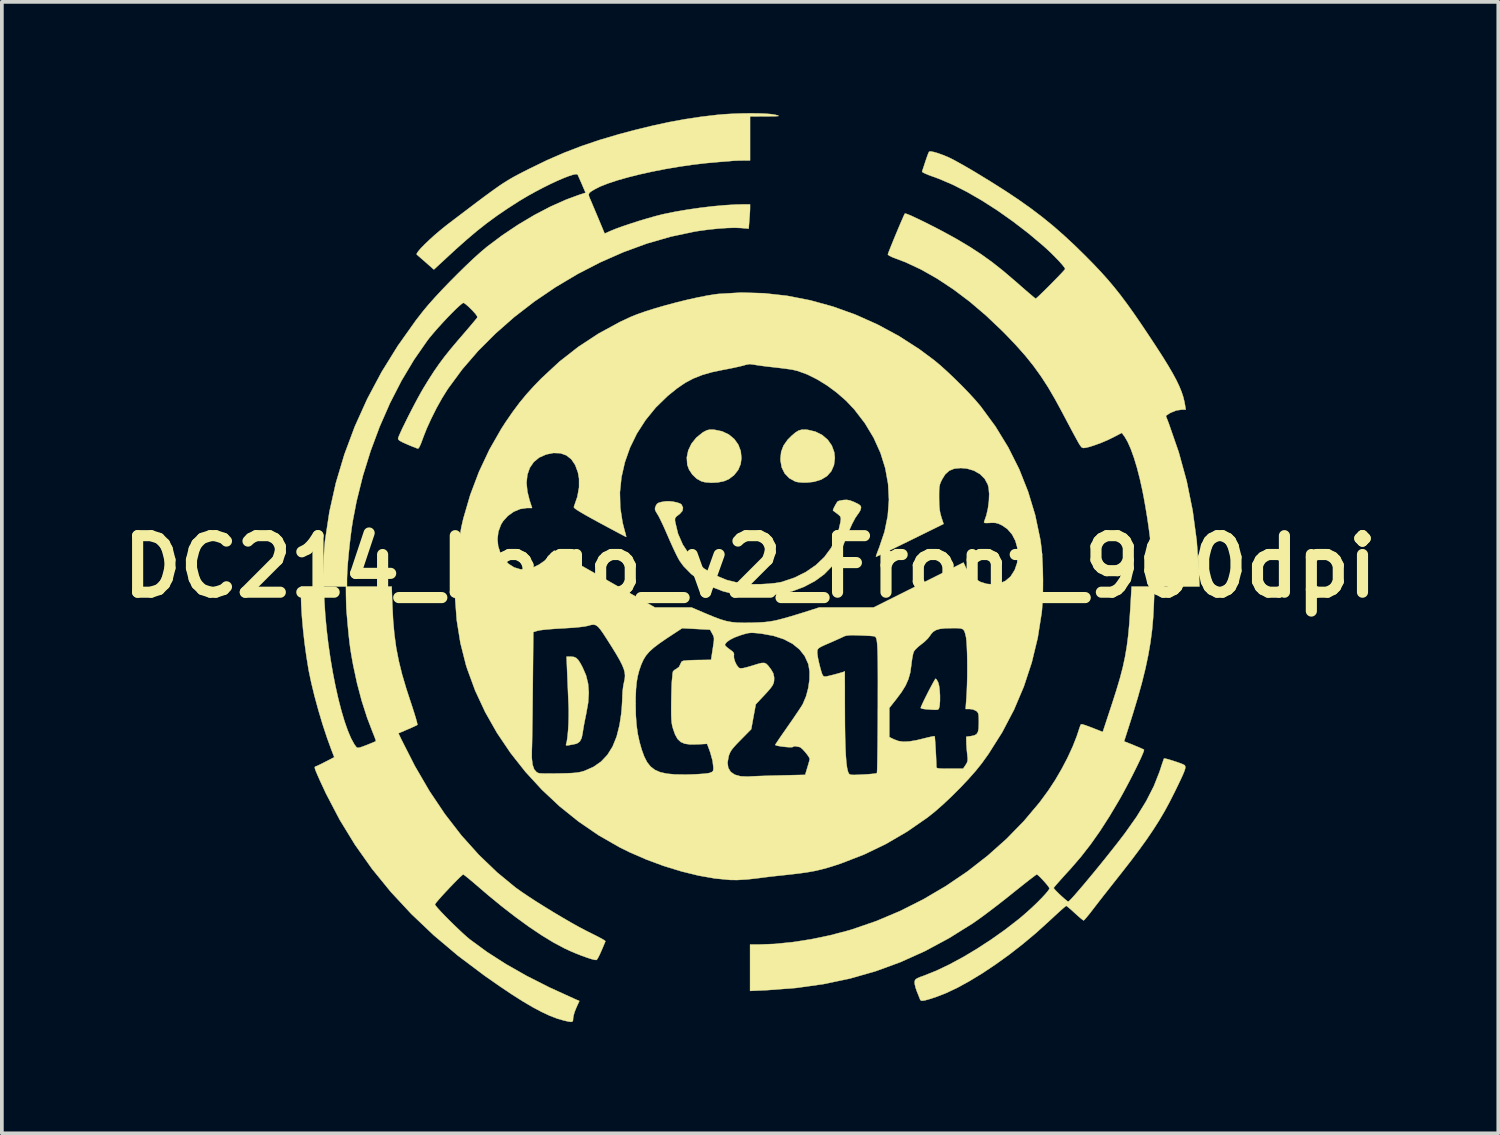
<source format=kicad_pcb>
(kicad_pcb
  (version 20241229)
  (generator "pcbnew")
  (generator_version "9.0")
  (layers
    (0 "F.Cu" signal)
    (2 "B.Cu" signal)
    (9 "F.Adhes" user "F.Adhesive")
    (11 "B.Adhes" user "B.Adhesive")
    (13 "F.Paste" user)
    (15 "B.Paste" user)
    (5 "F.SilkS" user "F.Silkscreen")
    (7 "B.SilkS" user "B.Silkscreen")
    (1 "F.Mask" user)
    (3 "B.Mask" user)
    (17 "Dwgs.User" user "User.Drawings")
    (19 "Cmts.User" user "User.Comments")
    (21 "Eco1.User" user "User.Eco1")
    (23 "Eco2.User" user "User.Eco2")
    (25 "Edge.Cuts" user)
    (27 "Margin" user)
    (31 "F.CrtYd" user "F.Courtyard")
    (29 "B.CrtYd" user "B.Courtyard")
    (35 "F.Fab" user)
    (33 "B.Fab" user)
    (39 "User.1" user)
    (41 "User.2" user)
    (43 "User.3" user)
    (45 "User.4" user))
  (footprint "DC214_Logo_v2_Front_900dpi"
    (layer "F.Cu")
    (at 17.17 12.225)
    (property "Reference" "DC214_Logo_v2_Front_900dpi" (at 0 0 0) (layer "F.SilkS") (effects (font (size 1.524 1.524) (thickness 0.3))))
    (attr through_hole)
    (fp_poly (pts (xy -0.998 -3.693) (xy -0.962 -3.69) (xy -0.753 -3.647) (xy -0.572 -3.561) (xy -0.426 -3.44) (xy -0.317 -3.288) (xy -0.251 -3.114) (xy -0.233 -2.922) (xy -0.254 -2.764) (xy -0.319 -2.608) (xy -0.428 -2.47) (xy -0.568 -2.362) (xy -0.704 -2.303) (xy -0.869 -2.27) (xy -1.046 -2.261) (xy -1.213 -2.275) (xy -1.312 -2.3) (xy -1.44 -2.371) (xy -1.556 -2.482) (xy -1.645 -2.617) (xy -1.693 -2.748) (xy -1.705 -2.941) (xy -1.666 -3.133) (xy -1.579 -3.315) (xy -1.449 -3.477) (xy -1.281 -3.613) (xy -1.249 -3.632) (xy -1.166 -3.675) (xy -1.092 -3.693) (xy -0.998 -3.693)) (stroke (width 0.01) (type solid)) (fill yes) (layer "F.SilkS"))
    (fp_poly (pts (xy 1.555 -3.688) (xy 1.763 -3.639) (xy 1.944 -3.548) (xy 2.093 -3.421) (xy 2.203 -3.264) (xy 2.269 -3.084) (xy 2.286 -2.929) (xy 2.262 -2.737) (xy 2.191 -2.574) (xy 2.076 -2.443) (xy 1.92 -2.347) (xy 1.725 -2.287) (xy 1.541 -2.267) (xy 1.405 -2.267) (xy 1.29 -2.278) (xy 1.22 -2.294) (xy 1.057 -2.384) (xy 0.934 -2.511) (xy 0.854 -2.673) (xy 0.82 -2.864) (xy 0.819 -2.909) (xy 0.839 -3.096) (xy 0.902 -3.263) (xy 1.012 -3.419) (xy 1.113 -3.521) (xy 1.22 -3.613) (xy 1.308 -3.668) (xy 1.395 -3.692) (xy 1.497 -3.694) (xy 1.555 -3.688)) (stroke (width 0.01) (type solid)) (fill yes) (layer "F.SilkS"))
    (fp_poly (pts (xy 5.028 3.043) (xy 5.061 3.102) (xy 5.072 3.126) (xy 5.095 3.211) (xy 5.111 3.334) (xy 5.12 3.474) (xy 5.12 3.613) (xy 5.112 3.732) (xy 5.101 3.789) (xy 5.091 3.823) (xy 5.077 3.845) (xy 5.05 3.857) (xy 4.998 3.86) (xy 4.913 3.857) (xy 4.784 3.848) (xy 4.748 3.846) (xy 4.666 3.835) (xy 4.612 3.82) (xy 4.6 3.809) (xy 4.612 3.772) (xy 4.645 3.697) (xy 4.693 3.597) (xy 4.751 3.48) (xy 4.813 3.357) (xy 4.875 3.24) (xy 4.93 3.138) (xy 4.973 3.062) (xy 4.999 3.023) (xy 5.003 3.02) (xy 5.028 3.043)) (stroke (width 0.01) (type solid)) (fill yes) (layer "F.SilkS"))
    (fp_poly (pts (xy -4.752 2.434) (xy -4.691 2.46) (xy -4.635 2.513) (xy -4.576 2.603) (xy -4.515 2.716) (xy -4.421 2.933) (xy -4.366 3.158) (xy -4.348 3.4) (xy -4.365 3.669) (xy -4.419 3.972) (xy -4.45 4.123) (xy -4.479 4.273) (xy -4.501 4.403) (xy -4.512 4.479) (xy -4.54 4.619) (xy -4.589 4.713) (xy -4.664 4.767) (xy -4.716 4.782) (xy -4.807 4.8) (xy -4.887 4.815) (xy -4.946 4.822) (xy -4.964 4.808) (xy -4.959 4.79) (xy -4.938 4.705) (xy -4.92 4.576) (xy -4.905 4.414) (xy -4.894 4.231) (xy -4.889 4.038) (xy -4.889 3.847) (xy -4.892 3.739) (xy -4.901 3.545) (xy -4.91 3.321) (xy -4.92 3.093) (xy -4.928 2.889) (xy -4.929 2.872) (xy -4.947 2.427) (xy -4.828 2.427) (xy -4.752 2.434)) (stroke (width 0.01) (type solid)) (fill yes) (layer "F.SilkS"))
    (fp_poly (pts (xy 2.691 -1.785) (xy 2.797 -1.745) (xy 2.818 -1.735) (xy 2.914 -1.689) (xy 2.967 -1.652) (xy 2.989 -1.615) (xy 2.992 -1.588) (xy 2.974 -1.521) (xy 2.93 -1.445) (xy 2.919 -1.432) (xy 2.836 -1.313) (xy 2.746 -1.141) (xy 2.646 -0.916) (xy 2.567 -0.715) (xy 2.51 -0.572) (xy 2.449 -0.428) (xy 2.393 -0.305) (xy 2.361 -0.241) (xy 2.205 -0.006) (xy 2 0.205) (xy 1.75 0.388) (xy 1.458 0.543) (xy 1.128 0.667) (xy 0.974 0.71) (xy 0.824 0.738) (xy 0.633 0.76) (xy 0.418 0.775) (xy 0.195 0.782) (xy -0.023 0.781) (xy -0.217 0.771) (xy -0.374 0.752) (xy -0.386 0.75) (xy -0.731 0.663) (xy -1.05 0.54) (xy -1.338 0.384) (xy -1.588 0.198) (xy -1.794 -0.013) (xy -1.893 -0.148) (xy -1.939 -0.228) (xy -2 -0.348) (xy -2.07 -0.496) (xy -2.144 -0.659) (xy -2.2 -0.787) (xy -2.271 -0.95) (xy -2.34 -1.105) (xy -2.404 -1.239) (xy -2.455 -1.342) (xy -2.485 -1.395) (xy -2.537 -1.48) (xy -2.561 -1.535) (xy -2.562 -1.581) (xy -2.542 -1.634) (xy -2.536 -1.649) (xy -2.508 -1.692) (xy -2.464 -1.721) (xy -2.388 -1.742) (xy -2.278 -1.76) (xy -2.188 -1.763) (xy -2.08 -1.752) (xy -1.976 -1.731) (xy -1.891 -1.703) (xy -1.848 -1.675) (xy -1.808 -1.587) (xy -1.823 -1.503) (xy -1.895 -1.421) (xy -1.922 -1.401) (xy -1.989 -1.349) (xy -2.02 -1.308) (xy -2.025 -1.255) (xy -2.018 -1.203) (xy -1.942 -0.887) (xy -1.814 -0.594) (xy -1.636 -0.325) (xy -1.496 -0.167) (xy -1.242 0.051) (xy -0.952 0.227) (xy -0.63 0.36) (xy -0.282 0.446) (xy -0.247 0.452) (xy -0.095 0.468) (xy 0.091 0.475) (xy 0.293 0.473) (xy 0.494 0.462) (xy 0.678 0.444) (xy 0.827 0.419) (xy 0.861 0.411) (xy 1.201 0.296) (xy 1.507 0.143) (xy 1.777 -0.043) (xy 2.005 -0.261) (xy 2.186 -0.506) (xy 2.263 -0.656) (xy 2.337 -0.837) (xy 2.397 -1.025) (xy 2.436 -1.195) (xy 2.439 -1.216) (xy 2.447 -1.278) (xy 2.444 -1.323) (xy 2.424 -1.362) (xy 2.377 -1.406) (xy 2.298 -1.466) (xy 2.235 -1.512) (xy 2.24 -1.539) (xy 2.265 -1.595) (xy 2.301 -1.663) (xy 2.337 -1.724) (xy 2.365 -1.76) (xy 2.368 -1.762) (xy 2.41 -1.776) (xy 2.485 -1.79) (xy 2.52 -1.796) (xy 2.606 -1.8) (xy 2.691 -1.785)) (stroke (width 0.01) (type solid)) (fill yes) (layer "F.SilkS"))
    (fp_poly (pts (xy 4.949 -11.178) (xy 5.061 -11.146) (xy 5.194 -11.098) (xy 5.338 -11.039) (xy 5.37 -11.024) (xy 5.458 -10.981) (xy 5.583 -10.913) (xy 5.734 -10.829) (xy 5.898 -10.735) (xy 6.066 -10.636) (xy 6.082 -10.626) (xy 6.514 -10.362) (xy 6.903 -10.115) (xy 7.256 -9.879) (xy 7.579 -9.649) (xy 7.882 -9.419) (xy 8.172 -9.183) (xy 8.456 -8.934) (xy 8.743 -8.668) (xy 9.033 -8.384) (xy 9.254 -8.16) (xy 9.452 -7.95) (xy 9.636 -7.746) (xy 9.811 -7.539) (xy 9.983 -7.323) (xy 10.159 -7.088) (xy 10.345 -6.828) (xy 10.547 -6.534) (xy 10.746 -6.237) (xy 10.952 -5.924) (xy 11.128 -5.651) (xy 11.275 -5.413) (xy 11.396 -5.205) (xy 11.494 -5.023) (xy 11.572 -4.86) (xy 11.632 -4.712) (xy 11.678 -4.574) (xy 11.71 -4.44) (xy 11.726 -4.353) (xy 11.745 -4.233) (xy 11.648 -4.233) (xy 11.492 -4.211) (xy 11.339 -4.149) (xy 11.284 -4.116) (xy 11.209 -4.064) (xy 11.288 -3.859) (xy 11.556 -3.086) (xy 11.771 -2.303) (xy 11.932 -1.507) (xy 12.041 -0.694) (xy 12.096 0.078) (xy 12.116 0.536) (xy 10.903 0.536) (xy 10.885 1.023) (xy 10.867 1.37) (xy 10.837 1.707) (xy 10.793 2.043) (xy 10.734 2.386) (xy 10.659 2.743) (xy 10.565 3.123) (xy 10.451 3.533) (xy 10.315 3.983) (xy 10.234 4.239) (xy 10.083 4.71) (xy 10.34 4.813) (xy 10.452 4.859) (xy 10.545 4.899) (xy 10.605 4.927) (xy 10.62 4.936) (xy 10.615 4.968) (xy 10.587 5.042) (xy 10.539 5.152) (xy 10.474 5.29) (xy 10.396 5.45) (xy 10.309 5.624) (xy 10.215 5.805) (xy 10.119 5.986) (xy 10.024 6.161) (xy 9.949 6.294) (xy 9.687 6.734) (xy 9.433 7.129) (xy 9.179 7.489) (xy 8.919 7.823) (xy 8.644 8.142) (xy 8.572 8.22) (xy 8.455 8.349) (xy 8.352 8.464) (xy 8.269 8.558) (xy 8.211 8.626) (xy 8.185 8.661) (xy 8.184 8.663) (xy 8.204 8.692) (xy 8.255 8.747) (xy 8.325 8.817) (xy 8.404 8.891) (xy 8.48 8.958) (xy 8.541 9.009) (xy 8.575 9.031) (xy 8.577 9.031) (xy 8.606 9.01) (xy 8.666 8.949) (xy 8.752 8.854) (xy 8.86 8.729) (xy 8.987 8.581) (xy 9.128 8.412) (xy 9.279 8.23) (xy 9.436 8.038) (xy 9.594 7.842) (xy 9.75 7.646) (xy 9.899 7.457) (xy 10.037 7.278) (xy 10.109 7.183) (xy 10.42 6.743) (xy 10.679 6.322) (xy 10.885 5.918) (xy 11.038 5.531) (xy 11.052 5.489) (xy 11.092 5.366) (xy 11.126 5.265) (xy 11.15 5.197) (xy 11.159 5.172) (xy 11.19 5.174) (xy 11.26 5.191) (xy 11.355 5.219) (xy 11.461 5.253) (xy 11.563 5.288) (xy 11.648 5.32) (xy 11.702 5.345) (xy 11.711 5.351) (xy 11.728 5.373) (xy 11.734 5.404) (xy 11.728 5.45) (xy 11.706 5.517) (xy 11.668 5.61) (xy 11.61 5.736) (xy 11.531 5.901) (xy 11.443 6.082) (xy 11.309 6.346) (xy 11.172 6.598) (xy 11.027 6.844) (xy 10.869 7.092) (xy 10.694 7.35) (xy 10.496 7.625) (xy 10.271 7.925) (xy 10.013 8.256) (xy 9.947 8.34) (xy 9.806 8.518) (xy 9.663 8.7) (xy 9.525 8.875) (xy 9.401 9.034) (xy 9.299 9.166) (xy 9.247 9.234) (xy 9.161 9.345) (xy 9.085 9.438) (xy 9.028 9.505) (xy 8.996 9.536) (xy 8.993 9.538) (xy 8.963 9.52) (xy 8.903 9.472) (xy 8.821 9.4) (xy 8.757 9.342) (xy 8.667 9.259) (xy 8.591 9.194) (xy 8.539 9.153) (xy 8.523 9.144) (xy 8.497 9.163) (xy 8.436 9.214) (xy 8.346 9.294) (xy 8.234 9.396) (xy 8.106 9.515) (xy 8.042 9.574) (xy 7.704 9.88) (xy 7.35 10.176) (xy 6.989 10.457) (xy 6.625 10.719) (xy 6.265 10.96) (xy 5.915 11.173) (xy 5.583 11.355) (xy 5.273 11.501) (xy 4.995 11.608) (xy 4.841 11.657) (xy 4.732 11.688) (xy 4.66 11.702) (xy 4.615 11.7) (xy 4.591 11.683) (xy 4.582 11.665) (xy 4.562 11.612) (xy 4.528 11.527) (xy 4.496 11.448) (xy 4.461 11.346) (xy 4.439 11.251) (xy 4.436 11.198) (xy 4.444 11.157) (xy 4.464 11.126) (xy 4.507 11.098) (xy 4.582 11.065) (xy 4.699 11.023) (xy 5.022 10.893) (xy 5.373 10.726) (xy 5.742 10.527) (xy 6.12 10.301) (xy 6.499 10.054) (xy 6.868 9.793) (xy 7.22 9.521) (xy 7.324 9.436) (xy 7.463 9.315) (xy 7.603 9.188) (xy 7.735 9.062) (xy 7.854 8.942) (xy 7.953 8.836) (xy 8.026 8.75) (xy 8.066 8.691) (xy 8.071 8.673) (xy 8.053 8.638) (xy 8.006 8.576) (xy 7.941 8.5) (xy 7.869 8.422) (xy 7.802 8.354) (xy 7.751 8.309) (xy 7.729 8.297) (xy 7.701 8.314) (xy 7.635 8.363) (xy 7.537 8.438) (xy 7.412 8.536) (xy 7.266 8.652) (xy 7.104 8.781) (xy 7.048 8.826) (xy 6.858 8.978) (xy 6.66 9.132) (xy 6.465 9.281) (xy 6.282 9.418) (xy 6.122 9.533) (xy 6.002 9.617) (xy 5.361 10.017) (xy 4.714 10.365) (xy 4.056 10.661) (xy 3.384 10.907) (xy 2.694 11.104) (xy 1.98 11.254) (xy 1.238 11.358) (xy 0.465 11.417) (xy 0.43 11.419) (xy 0 11.438) (xy 0 10.188) (xy 0.219 10.188) (xy 0.67 10.171) (xy 1.153 10.122) (xy 1.654 10.044) (xy 2.158 9.939) (xy 2.653 9.809) (xy 2.752 9.779) (xy 3.406 9.554) (xy 4.048 9.283) (xy 4.674 8.967) (xy 5.278 8.612) (xy 5.856 8.22) (xy 6.402 7.795) (xy 6.912 7.341) (xy 7.381 6.86) (xy 7.805 6.357) (xy 8.048 6.025) (xy 8.228 5.75) (xy 8.4 5.455) (xy 8.559 5.152) (xy 8.695 4.857) (xy 8.804 4.581) (xy 8.849 4.445) (xy 8.879 4.353) (xy 8.904 4.284) (xy 8.917 4.255) (xy 8.933 4.249) (xy 8.968 4.254) (xy 9.029 4.273) (xy 9.124 4.307) (xy 9.259 4.359) (xy 9.361 4.399) (xy 9.508 4.457) (xy 9.761 3.689) (xy 9.876 3.33) (xy 9.971 3.01) (xy 10.048 2.715) (xy 10.109 2.432) (xy 10.157 2.149) (xy 10.195 1.851) (xy 10.225 1.526) (xy 10.249 1.162) (xy 10.251 1.136) (xy 10.285 0.536) (xy 10.874 0.536) (xy 10.855 0.105) (xy 10.848 -0.051) (xy 10.84 -0.191) (xy 10.833 -0.304) (xy 10.827 -0.378) (xy 10.825 -0.396) (xy 10.817 -0.461) (xy 10.806 -0.558) (xy 10.797 -0.649) (xy 10.774 -0.848) (xy 10.742 -1.087) (xy 10.703 -1.347) (xy 10.659 -1.614) (xy 10.613 -1.871) (xy 10.58 -2.041) (xy 10.508 -2.367) (xy 10.43 -2.669) (xy 10.348 -2.939) (xy 10.264 -3.172) (xy 10.18 -3.362) (xy 10.098 -3.503) (xy 10.087 -3.518) (xy 10.021 -3.606) (xy 9.806 -3.494) (xy 9.647 -3.416) (xy 9.474 -3.342) (xy 9.302 -3.278) (xy 9.15 -3.229) (xy 9.053 -3.206) (xy 8.986 -3.198) (xy 8.942 -3.213) (xy 8.902 -3.262) (xy 8.881 -3.294) (xy 8.85 -3.346) (xy 8.798 -3.441) (xy 8.727 -3.571) (xy 8.642 -3.729) (xy 8.548 -3.907) (xy 8.447 -4.098) (xy 8.428 -4.135) (xy 8.227 -4.506) (xy 8.035 -4.835) (xy 7.841 -5.134) (xy 7.639 -5.414) (xy 7.419 -5.688) (xy 7.172 -5.966) (xy 6.891 -6.261) (xy 6.788 -6.364) (xy 6.359 -6.771) (xy 5.922 -7.143) (xy 5.482 -7.475) (xy 5.043 -7.765) (xy 4.611 -8.01) (xy 4.19 -8.207) (xy 3.951 -8.297) (xy 3.837 -8.341) (xy 3.756 -8.38) (xy 3.717 -8.41) (xy 3.715 -8.417) (xy 3.727 -8.455) (xy 3.757 -8.534) (xy 3.802 -8.645) (xy 3.856 -8.779) (xy 3.916 -8.925) (xy 3.978 -9.073) (xy 4.038 -9.215) (xy 4.092 -9.34) (xy 4.135 -9.439) (xy 4.165 -9.502) (xy 4.175 -9.519) (xy 4.206 -9.514) (xy 4.28 -9.486) (xy 4.39 -9.438) (xy 4.528 -9.373) (xy 4.688 -9.296) (xy 4.863 -9.208) (xy 5.045 -9.115) (xy 5.227 -9.019) (xy 5.403 -8.923) (xy 5.566 -8.832) (xy 5.588 -8.82) (xy 5.925 -8.619) (xy 6.231 -8.419) (xy 6.524 -8.209) (xy 6.818 -7.977) (xy 7.129 -7.712) (xy 7.162 -7.684) (xy 7.306 -7.557) (xy 7.436 -7.444) (xy 7.547 -7.349) (xy 7.632 -7.277) (xy 7.685 -7.235) (xy 7.7 -7.225) (xy 7.726 -7.244) (xy 7.784 -7.296) (xy 7.866 -7.375) (xy 7.964 -7.471) (xy 8.072 -7.578) (xy 8.181 -7.689) (xy 8.285 -7.795) (xy 8.375 -7.889) (xy 8.445 -7.964) (xy 8.486 -8.012) (xy 8.495 -8.025) (xy 8.475 -8.064) (xy 8.421 -8.133) (xy 8.34 -8.225) (xy 8.238 -8.331) (xy 8.124 -8.446) (xy 8.004 -8.559) (xy 7.906 -8.648) (xy 7.502 -8.988) (xy 7.086 -9.307) (xy 6.667 -9.603) (xy 6.25 -9.87) (xy 5.842 -10.105) (xy 5.451 -10.303) (xy 5.081 -10.46) (xy 4.944 -10.51) (xy 4.811 -10.558) (xy 4.71 -10.601) (xy 4.65 -10.633) (xy 4.637 -10.65) (xy 4.65 -10.69) (xy 4.677 -10.769) (xy 4.711 -10.874) (xy 4.727 -10.922) (xy 4.764 -11.032) (xy 4.797 -11.121) (xy 4.821 -11.176) (xy 4.827 -11.186) (xy 4.867 -11.193) (xy 4.949 -11.178)) (stroke (width 0.01) (type solid)) (fill yes) (layer "F.SilkS"))
    (fp_poly (pts (xy 0.219 -12.218) (xy 0.408 -12.211) (xy 0.563 -12.199) (xy 0.673 -12.182) (xy 0.677 -12.181) (xy 0.736 -12.166) (xy 0.767 -12.155) (xy 0.766 -12.148) (xy 0.728 -12.144) (xy 0.647 -12.141) (xy 0.518 -12.139) (xy 0.416 -12.139) (xy 0 -12.136) (xy 0 -10.95) (xy -0.205 -10.948) (xy -0.32 -10.946) (xy -0.424 -10.942) (xy -0.494 -10.937) (xy -0.561 -10.93) (xy -0.665 -10.922) (xy -0.788 -10.912) (xy -0.833 -10.909) (xy -1.179 -10.878) (xy -1.539 -10.836) (xy -1.905 -10.783) (xy -2.27 -10.721) (xy -2.627 -10.651) (xy -2.968 -10.576) (xy -3.287 -10.496) (xy -3.577 -10.414) (xy -3.83 -10.33) (xy -4.04 -10.247) (xy -4.175 -10.179) (xy -4.274 -10.121) (xy -4.33 -10.077) (xy -4.35 -10.035) (xy -4.341 -9.982) (xy -4.318 -9.925) (xy -4.289 -9.858) (xy -4.244 -9.751) (xy -4.187 -9.616) (xy -4.124 -9.467) (xy -4.093 -9.393) (xy -3.92 -8.979) (xy -3.759 -9.05) (xy -3.618 -9.108) (xy -3.435 -9.174) (xy -3.224 -9.245) (xy -2.998 -9.318) (xy -2.77 -9.386) (xy -2.555 -9.447) (xy -2.364 -9.496) (xy -2.314 -9.507) (xy -2.014 -9.568) (xy -1.686 -9.624) (xy -1.345 -9.673) (xy -1.004 -9.714) (xy -0.679 -9.743) (xy -0.383 -9.761) (xy -0.192 -9.765) (xy 0 -9.765) (xy -0.000169 -9.673) (xy -0.002 -9.601) (xy -0.008 -9.494) (xy -0.017 -9.372) (xy -0.019 -9.346) (xy -0.037 -9.111) (xy -0.251 -9.129) (xy -0.414 -9.135) (xy -0.619 -9.129) (xy -0.855 -9.113) (xy -1.109 -9.087) (xy -1.368 -9.052) (xy -1.505 -9.03) (xy -2.14 -8.895) (xy -2.778 -8.711) (xy -3.412 -8.479) (xy -4.037 -8.204) (xy -4.65 -7.888) (xy -5.243 -7.535) (xy -5.813 -7.148) (xy -6.355 -6.73) (xy -6.862 -6.284) (xy -7.331 -5.815) (xy -7.755 -5.324) (xy -8.13 -4.815) (xy -8.161 -4.77) (xy -8.306 -4.537) (xy -8.452 -4.275) (xy -8.59 -4) (xy -8.713 -3.732) (xy -8.81 -3.487) (xy -8.82 -3.457) (xy -8.872 -3.318) (xy -8.914 -3.226) (xy -8.946 -3.184) (xy -8.955 -3.182) (xy -8.995 -3.196) (xy -9.075 -3.227) (xy -9.179 -3.269) (xy -9.244 -3.297) (xy -9.364 -3.35) (xy -9.439 -3.39) (xy -9.478 -3.422) (xy -9.488 -3.451) (xy -9.487 -3.459) (xy -9.47 -3.512) (xy -9.429 -3.605) (xy -9.371 -3.731) (xy -9.298 -3.88) (xy -9.216 -4.046) (xy -9.128 -4.218) (xy -9.039 -4.389) (xy -8.953 -4.55) (xy -8.874 -4.692) (xy -8.813 -4.798) (xy -8.662 -5.045) (xy -8.522 -5.262) (xy -8.384 -5.462) (xy -8.237 -5.659) (xy -8.073 -5.864) (xy -7.88 -6.093) (xy -7.823 -6.159) (xy -7.697 -6.305) (xy -7.583 -6.438) (xy -7.487 -6.552) (xy -7.413 -6.64) (xy -7.367 -6.696) (xy -7.354 -6.713) (xy -7.358 -6.75) (xy -7.402 -6.814) (xy -7.487 -6.908) (xy -7.51 -6.931) (xy -7.593 -7.012) (xy -7.665 -7.074) (xy -7.714 -7.108) (xy -7.726 -7.112) (xy -7.764 -7.092) (xy -7.832 -7.035) (xy -7.925 -6.949) (xy -8.035 -6.84) (xy -8.157 -6.715) (xy -8.283 -6.58) (xy -8.409 -6.442) (xy -8.526 -6.308) (xy -8.63 -6.184) (xy -8.699 -6.096) (xy -9.06 -5.576) (xy -9.397 -5.012) (xy -9.706 -4.409) (xy -9.984 -3.776) (xy -10.229 -3.119) (xy -10.438 -2.446) (xy -10.608 -1.763) (xy -10.708 -1.242) (xy -10.74 -1.039) (xy -10.77 -0.81) (xy -10.798 -0.566) (xy -10.823 -0.32) (xy -10.844 -0.087) (xy -10.858 0.12) (xy -10.865 0.29) (xy -10.866 0.335) (xy -10.866 0.536) (xy -9.661 0.536) (xy -9.643 1.037) (xy -9.622 1.452) (xy -9.588 1.831) (xy -9.539 2.19) (xy -9.47 2.543) (xy -9.381 2.905) (xy -9.267 3.291) (xy -9.171 3.584) (xy -9.111 3.766) (xy -9.058 3.932) (xy -9.015 4.071) (xy -8.985 4.178) (xy -8.969 4.245) (xy -8.968 4.265) (xy -9.002 4.284) (xy -9.075 4.318) (xy -9.174 4.363) (xy -9.234 4.388) (xy -9.479 4.493) (xy -9.404 4.652) (xy -9.036 5.376) (xy -8.644 6.049) (xy -8.226 6.672) (xy -7.783 7.245) (xy -7.313 7.769) (xy -6.818 8.244) (xy -6.326 8.649) (xy -6.181 8.753) (xy -5.996 8.878) (xy -5.782 9.018) (xy -5.547 9.165) (xy -5.303 9.315) (xy -5.059 9.46) (xy -4.826 9.596) (xy -4.612 9.715) (xy -4.428 9.812) (xy -4.357 9.848) (xy -4.21 9.921) (xy -4.082 9.986) (xy -3.983 10.04) (xy -3.919 10.079) (xy -3.899 10.098) (xy -3.984 10.302) (xy -4.052 10.455) (xy -4.102 10.554) (xy -4.134 10.6) (xy -4.138 10.603) (xy -4.186 10.601) (xy -4.275 10.579) (xy -4.395 10.54) (xy -4.537 10.489) (xy -4.691 10.429) (xy -4.846 10.363) (xy -4.993 10.295) (xy -5.009 10.287) (xy -5.298 10.133) (xy -5.616 9.939) (xy -5.958 9.71) (xy -6.317 9.449) (xy -6.688 9.162) (xy -7.065 8.853) (xy -7.261 8.685) (xy -7.395 8.57) (xy -7.515 8.468) (xy -7.615 8.385) (xy -7.688 8.327) (xy -7.727 8.299) (xy -7.731 8.297) (xy -7.76 8.317) (xy -7.82 8.371) (xy -7.902 8.452) (xy -7.999 8.551) (xy -8.105 8.661) (xy -8.211 8.774) (xy -8.31 8.882) (xy -8.394 8.977) (xy -8.457 9.051) (xy -8.491 9.098) (xy -8.495 9.107) (xy -8.475 9.141) (xy -8.421 9.206) (xy -8.339 9.297) (xy -8.235 9.405) (xy -8.118 9.524) (xy -7.992 9.648) (xy -7.866 9.769) (xy -7.746 9.882) (xy -7.639 9.978) (xy -7.552 10.051) (xy -7.549 10.053) (xy -7.09 10.389) (xy -6.581 10.716) (xy -6.019 11.035) (xy -5.405 11.346) (xy -4.736 11.651) (xy -4.721 11.658) (xy -4.602 11.709) (xy -4.686 11.894) (xy -4.729 12.002) (xy -4.759 12.105) (xy -4.77 12.177) (xy -4.773 12.232) (xy -4.788 12.263) (xy -4.827 12.273) (xy -4.9 12.263) (xy -5.015 12.236) (xy -5.024 12.234) (xy -5.206 12.181) (xy -5.403 12.105) (xy -5.619 12.004) (xy -5.858 11.877) (xy -6.123 11.721) (xy -6.418 11.534) (xy -6.747 11.313) (xy -7.113 11.058) (xy -7.173 11.015) (xy -7.878 10.485) (xy -8.53 9.935) (xy -9.132 9.363) (xy -9.685 8.768) (xy -10.19 8.148) (xy -10.648 7.501) (xy -11.062 6.825) (xy -11.431 6.12) (xy -11.598 5.761) (xy -11.661 5.618) (xy -11.703 5.519) (xy -11.727 5.454) (xy -11.735 5.416) (xy -11.729 5.396) (xy -11.712 5.387) (xy -11.705 5.385) (xy -11.666 5.369) (xy -11.589 5.333) (xy -11.49 5.283) (xy -11.439 5.257) (xy -11.209 5.138) (xy -11.288 4.933) (xy -11.408 4.602) (xy -11.527 4.24) (xy -11.639 3.863) (xy -11.742 3.486) (xy -11.829 3.127) (xy -11.898 2.799) (xy -11.906 2.752) (xy -11.961 2.411) (xy -12.01 2.054) (xy -12.05 1.693) (xy -12.081 1.343) (xy -12.1 1.019) (xy -12.107 0.736) (xy -12.107 0.732) (xy -12.107 0.536) (xy -11.523 0.536) (xy -11.494 0.536) (xy -11.475 0.938) (xy -11.451 1.316) (xy -11.415 1.702) (xy -11.369 2.09) (xy -11.313 2.476) (xy -11.249 2.853) (xy -11.178 3.216) (xy -11.101 3.56) (xy -11.019 3.878) (xy -10.934 4.166) (xy -10.846 4.417) (xy -10.758 4.626) (xy -10.67 4.787) (xy -10.618 4.859) (xy -10.596 4.879) (xy -10.565 4.885) (xy -10.515 4.875) (xy -10.433 4.847) (xy -10.338 4.811) (xy -10.231 4.768) (xy -10.146 4.733) (xy -10.095 4.71) (xy -10.087 4.706) (xy -10.092 4.677) (xy -10.116 4.609) (xy -10.153 4.514) (xy -10.171 4.471) (xy -10.325 4.067) (xy -10.468 3.621) (xy -10.594 3.146) (xy -10.699 2.656) (xy -10.737 2.446) (xy -10.76 2.309) (xy -10.78 2.179) (xy -10.797 2.046) (xy -10.814 1.899) (xy -10.831 1.73) (xy -10.85 1.526) (xy -10.871 1.28) (xy -10.878 1.199) (xy -10.884 1.105) (xy -10.888 0.977) (xy -10.891 0.839) (xy -10.892 0.797) (xy -10.894 0.536) (xy -11.494 0.536) (xy -11.523 0.536) (xy -11.506 0.049) (xy -11.498 -0.134) (xy -11.487 -0.321) (xy -11.476 -0.493) (xy -11.464 -0.634) (xy -11.459 -0.691) (xy -11.34 -1.478) (xy -11.166 -2.256) (xy -10.937 -3.023) (xy -10.655 -3.779) (xy -10.32 -4.52) (xy -9.934 -5.245) (xy -9.496 -5.952) (xy -9.009 -6.638) (xy -8.811 -6.892) (xy -8.673 -7.058) (xy -8.501 -7.251) (xy -8.306 -7.461) (xy -8.095 -7.68) (xy -7.877 -7.899) (xy -7.661 -8.111) (xy -7.455 -8.306) (xy -7.267 -8.475) (xy -7.107 -8.61) (xy -7.098 -8.618) (xy -6.684 -8.929) (xy -6.254 -9.217) (xy -5.815 -9.478) (xy -5.379 -9.706) (xy -4.954 -9.895) (xy -4.623 -10.017) (xy -4.434 -10.079) (xy -4.531 -10.305) (xy -4.578 -10.412) (xy -4.618 -10.502) (xy -4.644 -10.56) (xy -4.65 -10.57) (xy -4.687 -10.581) (xy -4.767 -10.567) (xy -4.883 -10.53) (xy -5.028 -10.474) (xy -5.198 -10.401) (xy -5.384 -10.314) (xy -5.581 -10.216) (xy -5.783 -10.11) (xy -5.983 -9.999) (xy -6.174 -9.886) (xy -6.228 -9.853) (xy -6.542 -9.651) (xy -6.827 -9.457) (xy -7.097 -9.259) (xy -7.362 -9.05) (xy -7.634 -8.82) (xy -7.926 -8.561) (xy -8.07 -8.428) (xy -8.524 -8.009) (xy -8.742 -8.201) (xy -8.836 -8.283) (xy -8.915 -8.352) (xy -8.969 -8.399) (xy -8.986 -8.414) (xy -8.982 -8.445) (xy -8.94 -8.506) (xy -8.866 -8.592) (xy -8.764 -8.695) (xy -8.642 -8.812) (xy -8.505 -8.936) (xy -8.358 -9.061) (xy -8.208 -9.183) (xy -8.141 -9.235) (xy -7.846 -9.459) (xy -7.591 -9.652) (xy -7.372 -9.818) (xy -7.184 -9.959) (xy -7.022 -10.078) (xy -6.882 -10.179) (xy -6.76 -10.265) (xy -6.649 -10.339) (xy -6.547 -10.403) (xy -6.448 -10.462) (xy -6.348 -10.519) (xy -6.241 -10.576) (xy -6.124 -10.636) (xy -5.991 -10.704) (xy -5.927 -10.736) (xy -5.465 -10.96) (xy -5.007 -11.159) (xy -4.539 -11.339) (xy -4.049 -11.504) (xy -3.525 -11.659) (xy -3.104 -11.771) (xy -2.622 -11.888) (xy -2.174 -11.985) (xy -1.746 -12.063) (xy -1.321 -12.127) (xy -0.889 -12.178) (xy -0.681 -12.196) (xy -0.455 -12.209) (xy -0.223 -12.217) (xy 0.005 -12.22) (xy 0.219 -12.218)) (stroke (width 0.01) (type solid)) (fill yes) (layer "F.SilkS"))
    (fp_poly (pts (xy 0.377 -7.37) (xy 0.999 -7.301) (xy 1.62 -7.18) (xy 2.237 -7.01) (xy 2.843 -6.792) (xy 3.436 -6.527) (xy 4.01 -6.217) (xy 4.562 -5.862) (xy 4.967 -5.561) (xy 5.132 -5.423) (xy 5.32 -5.253) (xy 5.52 -5.063) (xy 5.721 -4.864) (xy 5.912 -4.666) (xy 6.081 -4.481) (xy 6.217 -4.32) (xy 6.219 -4.318) (xy 6.616 -3.777) (xy 6.961 -3.213) (xy 7.255 -2.627) (xy 7.496 -2.019) (xy 7.686 -1.391) (xy 7.822 -0.743) (xy 7.833 -0.677) (xy 7.859 -0.467) (xy 7.878 -0.215) (xy 7.891 0.064) (xy 7.897 0.356) (xy 7.895 0.645) (xy 7.886 0.917) (xy 7.87 1.159) (xy 7.862 1.237) (xy 7.755 1.918) (xy 7.594 2.584) (xy 7.381 3.231) (xy 7.115 3.859) (xy 6.797 4.465) (xy 6.43 5.046) (xy 6.247 5.301) (xy 6.087 5.501) (xy 5.892 5.722) (xy 5.673 5.954) (xy 5.442 6.185) (xy 5.209 6.405) (xy 4.986 6.601) (xy 4.784 6.762) (xy 4.232 7.144) (xy 3.665 7.475) (xy 3.077 7.759) (xy 2.458 7.999) (xy 2.3 8.052) (xy 2.101 8.114) (xy 1.916 8.164) (xy 1.732 8.206) (xy 1.535 8.241) (xy 1.312 8.272) (xy 1.051 8.302) (xy 0.96 8.312) (xy 0.779 8.331) (xy 0.59 8.352) (xy 0.413 8.373) (xy 0.268 8.392) (xy 0.24 8.396) (xy -0.071 8.432) (xy -0.345 8.448) (xy -0.536 8.446) (xy -0.949 8.406) (xy -1.392 8.328) (xy -1.852 8.215) (xy -2.322 8.071) (xy -2.79 7.898) (xy -3.246 7.7) (xy -3.519 7.565) (xy -4.083 7.242) (xy -4.622 6.873) (xy -5.133 6.463) (xy -5.611 6.015) (xy -6.055 5.532) (xy -6.345 5.165) (xy -5.884 5.165) (xy -5.863 5.341) (xy -5.819 5.467) (xy -5.751 5.544) (xy -5.691 5.57) (xy -5.644 5.574) (xy -5.55 5.577) (xy -5.422 5.578) (xy -5.269 5.577) (xy -5.136 5.575) (xy -4.947 5.571) (xy -4.802 5.565) (xy -4.692 5.556) (xy -4.603 5.543) (xy -4.526 5.525) (xy -4.46 5.504) (xy -4.22 5.398) (xy -4.016 5.256) (xy -3.845 5.074) (xy -3.706 4.851) (xy -3.598 4.585) (xy -3.519 4.273) (xy -3.473 3.969) (xy -3.459 3.821) (xy -3.451 3.697) (xy -3.085 3.697) (xy -3.08 4.001) (xy -3.061 4.264) (xy -3.029 4.502) (xy -2.979 4.731) (xy -2.921 4.935) (xy -2.853 5.121) (xy -2.776 5.271) (xy -2.683 5.389) (xy -2.568 5.478) (xy -2.425 5.541) (xy -2.248 5.581) (xy -2.03 5.602) (xy -1.765 5.606) (xy -1.651 5.605) (xy -1.488 5.599) (xy -1.337 5.59) (xy -1.211 5.58) (xy -1.121 5.568) (xy -1.094 5.562) (xy -1.025 5.535) (xy -0.995 5.5) (xy -0.988 5.435) (xy -0.988 5.424) (xy -1.01 5.236) (xy -1.072 5.011) (xy -1.101 4.93) (xy -1.158 4.777) (xy -1.421 4.791) (xy -1.613 4.794) (xy -1.76 4.774) (xy -1.87 4.726) (xy -1.955 4.645) (xy -2.022 4.523) (xy -2.079 4.36) (xy -2.098 4.289) (xy -2.112 4.211) (xy -2.12 4.118) (xy -2.125 3.999) (xy -2.126 3.842) (xy -2.125 3.669) (xy -2.122 3.497) (xy -2.118 3.339) (xy -2.114 3.207) (xy -2.109 3.11) (xy -2.105 3.062) (xy -2.095 2.967) (xy -2.09 2.891) (xy -2.077 2.824) (xy -2.031 2.781) (xy -1.997 2.764) (xy -1.915 2.703) (xy -1.88 2.632) (xy -1.846 2.561) (xy -1.795 2.537) (xy -1.725 2.532) (xy -1.693 2.528) (xy -1.649 2.525) (xy -1.561 2.521) (xy -1.446 2.518) (xy -1.351 2.517) (xy -1.051 2.512) (xy -1.005 2.213) (xy -0.99 2.113) (xy -0.677 2.113) (xy -0.656 2.144) (xy -0.6 2.193) (xy -0.548 2.231) (xy -0.473 2.287) (xy -0.438 2.33) (xy -0.432 2.372) (xy -0.436 2.389) (xy -0.434 2.465) (xy -0.406 2.56) (xy -0.362 2.652) (xy -0.309 2.719) (xy -0.29 2.733) (xy -0.25 2.743) (xy -0.186 2.736) (xy -0.088 2.713) (xy 0.053 2.672) (xy 0.071 2.666) (xy 0.211 2.623) (xy 0.31 2.598) (xy 0.38 2.596) (xy 0.434 2.617) (xy 0.485 2.666) (xy 0.546 2.746) (xy 0.569 2.777) (xy 0.626 2.877) (xy 0.648 2.981) (xy 0.649 3.02) (xy 0.646 3.085) (xy 0.634 3.142) (xy 0.607 3.2) (xy 0.559 3.269) (xy 0.485 3.357) (xy 0.378 3.473) (xy 0.339 3.514) (xy 0.154 3.712) (xy 0.092 4.047) (xy 0.031 4.383) (xy -0.25 4.668) (xy -0.365 4.786) (xy -0.446 4.876) (xy -0.502 4.947) (xy -0.539 5.011) (xy -0.566 5.077) (xy -0.579 5.12) (xy -0.607 5.287) (xy -0.588 5.425) (xy -0.522 5.533) (xy -0.412 5.609) (xy -0.257 5.652) (xy -0.062 5.66) (xy -0.028 5.658) (xy 0.063 5.653) (xy 0.199 5.647) (xy 0.368 5.641) (xy 0.559 5.635) (xy 0.759 5.63) (xy 0.835 5.628) (xy 1.486 5.613) (xy 1.547 5.408) (xy 1.577 5.308) (xy 1.599 5.229) (xy 1.608 5.187) (xy 1.609 5.185) (xy 1.59 5.14) (xy 1.544 5.071) (xy 1.482 4.994) (xy 1.418 4.925) (xy 1.364 4.877) (xy 1.343 4.866) (xy 1.241 4.845) (xy 1.18 4.845) (xy 1.153 4.862) (xy 1.121 4.869) (xy 1.051 4.868) (xy 0.958 4.861) (xy 0.858 4.849) (xy 0.768 4.835) (xy 0.702 4.82) (xy 0.677 4.806) (xy 0.693 4.78) (xy 0.736 4.715) (xy 0.802 4.617) (xy 0.887 4.494) (xy 0.986 4.352) (xy 1.026 4.294) (xy 1.133 4.141) (xy 1.231 3.997) (xy 1.315 3.872) (xy 1.38 3.774) (xy 1.419 3.71) (xy 1.424 3.7) (xy 1.511 3.493) (xy 1.57 3.269) (xy 1.602 3.041) (xy 1.604 2.826) (xy 1.574 2.639) (xy 1.568 2.619) (xy 1.473 2.41) (xy 1.379 2.29) (xy 1.811 2.29) (xy 1.814 2.357) (xy 1.83 2.462) (xy 1.857 2.588) (xy 1.878 2.674) (xy 1.913 2.803) (xy 1.939 2.886) (xy 1.962 2.934) (xy 1.986 2.957) (xy 2.017 2.963) (xy 2.029 2.963) (xy 2.072 2.957) (xy 2.149 2.939) (xy 2.247 2.915) (xy 2.351 2.887) (xy 2.446 2.86) (xy 2.518 2.838) (xy 2.553 2.824) (xy 2.554 2.823) (xy 2.554 2.85) (xy 2.554 2.927) (xy 2.554 3.049) (xy 2.555 3.209) (xy 2.555 3.401) (xy 2.555 3.618) (xy 2.556 3.856) (xy 2.556 3.902) (xy 2.558 4.279) (xy 2.563 4.602) (xy 2.571 4.875) (xy 2.582 5.1) (xy 2.596 5.279) (xy 2.614 5.417) (xy 2.636 5.515) (xy 2.657 5.567) (xy 2.673 5.59) (xy 2.697 5.605) (xy 2.74 5.613) (xy 2.811 5.615) (xy 2.921 5.611) (xy 3.043 5.605) (xy 3.18 5.597) (xy 3.295 5.587) (xy 3.379 5.577) (xy 3.418 5.567) (xy 3.419 5.566) (xy 3.423 5.535) (xy 3.427 5.453) (xy 3.43 5.323) (xy 3.433 5.152) (xy 3.436 4.944) (xy 3.439 4.703) (xy 3.441 4.436) (xy 3.443 4.146) (xy 3.444 3.839) (xy 3.445 3.81) (xy 3.754 3.81) (xy 3.754 4.595) (xy 3.885 4.659) (xy 4.003 4.702) (xy 4.135 4.72) (xy 4.292 4.713) (xy 4.482 4.681) (xy 4.649 4.641) (xy 4.774 4.61) (xy 4.878 4.586) (xy 4.949 4.573) (xy 4.976 4.573) (xy 4.981 4.603) (xy 4.987 4.678) (xy 4.994 4.785) (xy 5.002 4.913) (xy 5.01 5.05) (xy 5.016 5.183) (xy 5.021 5.301) (xy 5.023 5.393) (xy 5.023 5.397) (xy 5.028 5.418) (xy 5.049 5.432) (xy 5.095 5.44) (xy 5.175 5.445) (xy 5.298 5.447) (xy 5.383 5.447) (xy 5.743 5.447) (xy 5.811 5.348) (xy 5.846 5.289) (xy 5.864 5.235) (xy 5.866 5.167) (xy 5.855 5.063) (xy 5.855 5.059) (xy 5.842 4.933) (xy 5.833 4.806) (xy 5.83 4.727) (xy 5.828 4.586) (xy 5.949 4.57) (xy 6.042 4.551) (xy 6.104 4.518) (xy 6.142 4.461) (xy 6.161 4.369) (xy 6.166 4.233) (xy 6.167 4.202) (xy 6.165 4.078) (xy 6.16 3.998) (xy 6.147 3.948) (xy 6.124 3.914) (xy 6.1 3.892) (xy 6.013 3.851) (xy 5.922 3.838) (xy 5.811 3.838) (xy 5.833 3.535) (xy 5.843 3.365) (xy 5.85 3.17) (xy 5.855 2.958) (xy 5.856 2.741) (xy 5.855 2.527) (xy 5.851 2.327) (xy 5.844 2.151) (xy 5.835 2.009) (xy 5.824 1.91) (xy 5.82 1.891) (xy 5.796 1.791) (xy 5.771 1.725) (xy 5.735 1.686) (xy 5.676 1.666) (xy 5.583 1.659) (xy 5.444 1.659) (xy 5.443 1.659) (xy 5.257 1.663) (xy 5.116 1.679) (xy 5.012 1.71) (xy 4.934 1.758) (xy 4.873 1.828) (xy 4.856 1.855) (xy 4.794 1.936) (xy 4.704 2.024) (xy 4.621 2.09) (xy 4.532 2.161) (xy 4.457 2.233) (xy 4.416 2.288) (xy 4.395 2.351) (xy 4.374 2.454) (xy 4.355 2.58) (xy 4.346 2.66) (xy 4.318 2.857) (xy 4.268 3.034) (xy 4.193 3.205) (xy 4.084 3.382) (xy 3.938 3.577) (xy 3.754 3.81) (xy 3.445 3.81) (xy 3.445 3.796) (xy 3.445 3.422) (xy 3.446 3.101) (xy 3.445 2.829) (xy 3.444 2.6) (xy 3.441 2.412) (xy 3.437 2.261) (xy 3.431 2.141) (xy 3.424 2.05) (xy 3.415 1.983) (xy 3.403 1.937) (xy 3.39 1.907) (xy 3.373 1.889) (xy 3.354 1.879) (xy 3.352 1.878) (xy 3.311 1.873) (xy 3.226 1.866) (xy 3.109 1.86) (xy 2.972 1.854) (xy 2.963 1.854) (xy 2.804 1.849) (xy 2.69 1.85) (xy 2.611 1.858) (xy 2.553 1.872) (xy 2.526 1.884) (xy 2.466 1.913) (xy 2.369 1.957) (xy 2.248 2.011) (xy 2.131 2.062) (xy 1.999 2.119) (xy 1.911 2.161) (xy 1.857 2.194) (xy 1.828 2.224) (xy 1.815 2.258) (xy 1.811 2.29) (xy 1.379 2.29) (xy 1.331 2.23) (xy 1.143 2.078) (xy 0.91 1.956) (xy 0.635 1.866) (xy 0.32 1.808) (xy 0.277 1.803) (xy 0.144 1.789) (xy 0.048 1.784) (xy -0.031 1.789) (xy -0.112 1.806) (xy -0.215 1.836) (xy -0.264 1.852) (xy -0.416 1.908) (xy -0.54 1.971) (xy -0.628 2.034) (xy -0.673 2.093) (xy -0.677 2.113) (xy -0.99 2.113) (xy -0.985 2.081) (xy -0.974 1.99) (xy -0.973 1.929) (xy -0.982 1.883) (xy -1.002 1.839) (xy -1.019 1.807) (xy -1.079 1.7) (xy -1.455 1.68) (xy -1.83 1.66) (xy -2.24 1.929) (xy -2.438 2.065) (xy -2.594 2.183) (xy -2.714 2.291) (xy -2.805 2.397) (xy -2.874 2.508) (xy -2.93 2.632) (xy -2.936 2.646) (xy -2.99 2.804) (xy -3.03 2.958) (xy -3.058 3.119) (xy -3.075 3.301) (xy -3.084 3.517) (xy -3.085 3.697) (xy -3.451 3.697) (xy -3.449 3.666) (xy -3.443 3.532) (xy -3.443 3.499) (xy -3.436 3.362) (xy -3.417 3.213) (xy -3.397 3.115) (xy -3.378 3.026) (xy -3.371 2.941) (xy -3.379 2.855) (xy -3.403 2.761) (xy -3.447 2.652) (xy -3.513 2.522) (xy -3.603 2.365) (xy -3.721 2.173) (xy -3.855 1.962) (xy -3.955 1.807) (xy -4.034 1.695) (xy -4.099 1.62) (xy -4.157 1.578) (xy -4.215 1.563) (xy -4.281 1.57) (xy -4.363 1.592) (xy -4.367 1.594) (xy -4.452 1.612) (xy -4.586 1.629) (xy -4.762 1.646) (xy -4.973 1.659) (xy -5.052 1.664) (xy -5.231 1.674) (xy -5.399 1.687) (xy -5.544 1.7) (xy -5.656 1.714) (xy -5.722 1.727) (xy -5.722 1.727) (xy -5.843 1.764) (xy -5.857 3.231) (xy -5.86 3.523) (xy -5.863 3.805) (xy -5.866 4.07) (xy -5.87 4.313) (xy -5.873 4.526) (xy -5.876 4.704) (xy -5.879 4.84) (xy -5.882 4.927) (xy -5.883 4.939) (xy -5.884 5.165) (xy -6.345 5.165) (xy -6.459 5.02) (xy -6.822 4.482) (xy -7.14 3.922) (xy -7.41 3.343) (xy -7.627 2.751) (xy -7.66 2.647) (xy -7.809 2.056) (xy -7.907 1.446) (xy -7.954 0.824) (xy -7.949 0.194) (xy -7.892 -0.437) (xy -7.838 -0.746) (xy -6.809 -0.746) (xy -6.791 -0.553) (xy -6.733 -0.372) (xy -6.64 -0.21) (xy -6.514 -0.077) (xy -6.36 0.021) (xy -6.188 0.073) (xy -6.033 0.072) (xy -5.864 0.029) (xy -5.694 -0.051) (xy -5.537 -0.16) (xy -5.407 -0.293) (xy -5.388 -0.318) (xy -5.334 -0.384) (xy -5.291 -0.424) (xy -5.274 -0.43) (xy -5.26 -0.424) (xy -5.229 -0.408) (xy -5.179 -0.382) (xy -5.108 -0.342) (xy -5.012 -0.289) (xy -4.889 -0.22) (xy -4.735 -0.133) (xy -4.549 -0.027) (xy -4.326 0.099) (xy -4.065 0.247) (xy -3.762 0.419) (xy -3.415 0.617) (xy -3.166 0.758) (xy -2.564 1.101) (xy -1.578 1.101) (xy -1.177 1.272) (xy -0.969 1.358) (xy -0.797 1.422) (xy -0.645 1.467) (xy -0.499 1.495) (xy -0.343 1.51) (xy -0.163 1.514) (xy 0.042 1.512) (xy 0.242 1.505) (xy 0.4 1.495) (xy 0.535 1.479) (xy 0.662 1.457) (xy 0.776 1.43) (xy 0.912 1.394) (xy 1.081 1.346) (xy 1.263 1.291) (xy 1.438 1.237) (xy 1.461 1.23) (xy 1.864 1.101) (xy 3.33 1.101) (xy 4.542 0.495) (xy 5.754 -0.111) (xy 5.822 0.038) (xy 5.922 0.197) (xy 6.054 0.322) (xy 6.209 0.412) (xy 6.379 0.465) (xy 6.553 0.48) (xy 6.723 0.454) (xy 6.88 0.387) (xy 7.013 0.276) (xy 7.028 0.259) (xy 7.135 0.089) (xy 7.2 -0.101) (xy 7.223 -0.301) (xy 7.207 -0.502) (xy 7.153 -0.695) (xy 7.063 -0.868) (xy 6.938 -1.013) (xy 6.799 -1.11) (xy 6.7 -1.157) (xy 6.616 -1.179) (xy 6.518 -1.182) (xy 6.469 -1.179) (xy 6.373 -1.175) (xy 6.322 -1.179) (xy 6.306 -1.194) (xy 6.311 -1.212) (xy 6.37 -1.382) (xy 6.413 -1.573) (xy 6.439 -1.771) (xy 6.446 -1.959) (xy 6.432 -2.121) (xy 6.41 -2.212) (xy 6.326 -2.368) (xy 6.199 -2.494) (xy 6.036 -2.588) (xy 5.844 -2.644) (xy 5.682 -2.658) (xy 5.508 -2.642) (xy 5.371 -2.587) (xy 5.261 -2.488) (xy 5.18 -2.358) (xy 5.143 -2.284) (xy 5.119 -2.221) (xy 5.105 -2.155) (xy 5.098 -2.071) (xy 5.096 -1.954) (xy 5.096 -1.85) (xy 5.099 -1.679) (xy 5.109 -1.548) (xy 5.127 -1.44) (xy 5.155 -1.339) (xy 5.157 -1.331) (xy 5.217 -1.151) (xy 4.309 -0.704) (xy 4.1 -0.602) (xy 3.908 -0.508) (xy 3.738 -0.426) (xy 3.595 -0.358) (xy 3.487 -0.307) (xy 3.417 -0.275) (xy 3.393 -0.266) (xy 3.399 -0.294) (xy 3.423 -0.362) (xy 3.459 -0.459) (xy 3.482 -0.516) (xy 3.625 -0.942) (xy 3.712 -1.371) (xy 3.744 -1.801) (xy 3.721 -2.23) (xy 3.645 -2.653) (xy 3.515 -3.068) (xy 3.332 -3.473) (xy 3.097 -3.864) (xy 2.81 -4.238) (xy 2.807 -4.241) (xy 2.588 -4.472) (xy 2.342 -4.687) (xy 2.079 -4.882) (xy 1.809 -5.048) (xy 1.541 -5.182) (xy 1.285 -5.275) (xy 1.151 -5.307) (xy 1.066 -5.321) (xy 0.941 -5.338) (xy 0.791 -5.357) (xy 0.634 -5.375) (xy 0.616 -5.377) (xy 0.461 -5.394) (xy 0.316 -5.413) (xy 0.194 -5.43) (xy 0.111 -5.444) (xy 0.103 -5.446) (xy -0.009 -5.46) (xy -0.112 -5.442) (xy -0.141 -5.433) (xy -0.208 -5.414) (xy -0.319 -5.388) (xy -0.46 -5.357) (xy -0.621 -5.325) (xy -0.727 -5.305) (xy -1.033 -5.241) (xy -1.296 -5.165) (xy -1.531 -5.071) (xy -1.751 -4.954) (xy -1.969 -4.805) (xy -2.199 -4.619) (xy -2.228 -4.595) (xy -2.544 -4.287) (xy -2.818 -3.95) (xy -3.05 -3.589) (xy -3.236 -3.209) (xy -3.375 -2.814) (xy -3.467 -2.41) (xy -3.509 -2.001) (xy -3.499 -1.592) (xy -3.437 -1.188) (xy -3.386 -0.989) (xy -3.36 -0.897) (xy -3.343 -0.829) (xy -3.338 -0.801) (xy -3.338 -0.801) (xy -3.364 -0.813) (xy -3.432 -0.848) (xy -3.538 -0.903) (xy -3.674 -0.976) (xy -3.835 -1.062) (xy -4.015 -1.159) (xy -4.056 -1.181) (xy -4.274 -1.3) (xy -4.446 -1.396) (xy -4.576 -1.472) (xy -4.667 -1.528) (xy -4.723 -1.569) (xy -4.748 -1.597) (xy -4.75 -1.609) (xy -4.656 -1.884) (xy -4.61 -2.136) (xy -4.61 -2.372) (xy -4.64 -2.54) (xy -4.714 -2.74) (xy -4.818 -2.894) (xy -4.952 -3) (xy -5.113 -3.057) (xy -5.3 -3.064) (xy -5.497 -3.024) (xy -5.684 -2.941) (xy -5.831 -2.82) (xy -5.938 -2.664) (xy -6.003 -2.477) (xy -6.026 -2.262) (xy -6.003 -2.024) (xy -5.947 -1.799) (xy -5.876 -1.58) (xy -6.021 -1.58) (xy -6.198 -1.553) (xy -6.372 -1.48) (xy -6.53 -1.367) (xy -6.659 -1.224) (xy -6.714 -1.134) (xy -6.785 -0.943) (xy -6.809 -0.746) (xy -7.838 -0.746) (xy -7.783 -1.064) (xy -7.729 -1.298) (xy -7.543 -1.935) (xy -7.308 -2.556) (xy -7.028 -3.152) (xy -6.705 -3.717) (xy -6.59 -3.895) (xy -6.398 -4.173) (xy -6.216 -4.417) (xy -6.028 -4.645) (xy -5.822 -4.873) (xy -5.618 -5.082) (xy -5.137 -5.528) (xy -4.628 -5.926) (xy -4.087 -6.281) (xy -3.51 -6.595) (xy -3.222 -6.73) (xy -3.041 -6.803) (xy -2.815 -6.882) (xy -2.555 -6.964) (xy -2.273 -7.045) (xy -1.981 -7.123) (xy -1.688 -7.195) (xy -1.408 -7.257) (xy -1.15 -7.308) (xy -0.926 -7.343) (xy -0.851 -7.352) (xy -0.241 -7.388) (xy 0.377 -7.37)) (stroke (width 0.01) (type solid)) (fill yes) (layer "F.SilkS")))
  (gr_rect
    (start -3 -3)
    (end 37.341 27.502)
    (stroke (width 0.1) (type default))
    (fill no)
    (layer "Edge.Cuts")))
</source>
